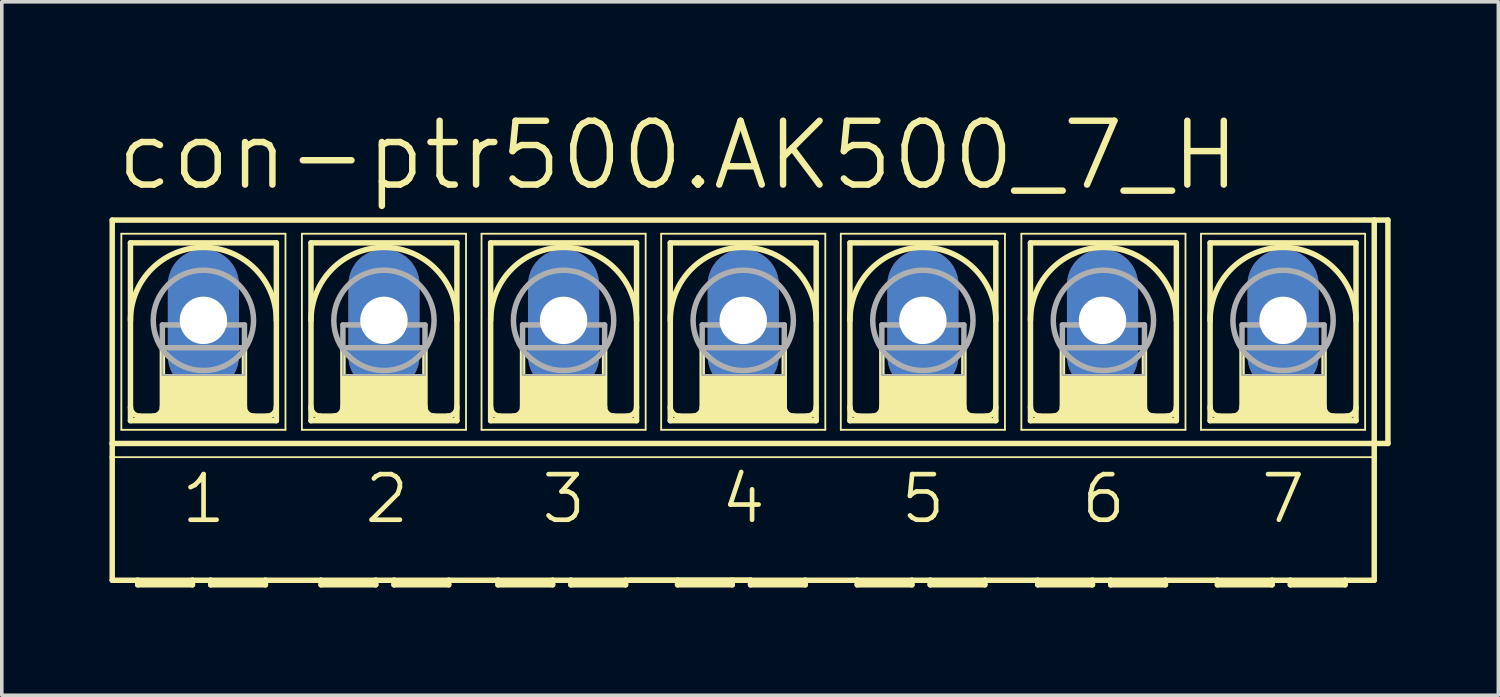
<source format=kicad_pcb>
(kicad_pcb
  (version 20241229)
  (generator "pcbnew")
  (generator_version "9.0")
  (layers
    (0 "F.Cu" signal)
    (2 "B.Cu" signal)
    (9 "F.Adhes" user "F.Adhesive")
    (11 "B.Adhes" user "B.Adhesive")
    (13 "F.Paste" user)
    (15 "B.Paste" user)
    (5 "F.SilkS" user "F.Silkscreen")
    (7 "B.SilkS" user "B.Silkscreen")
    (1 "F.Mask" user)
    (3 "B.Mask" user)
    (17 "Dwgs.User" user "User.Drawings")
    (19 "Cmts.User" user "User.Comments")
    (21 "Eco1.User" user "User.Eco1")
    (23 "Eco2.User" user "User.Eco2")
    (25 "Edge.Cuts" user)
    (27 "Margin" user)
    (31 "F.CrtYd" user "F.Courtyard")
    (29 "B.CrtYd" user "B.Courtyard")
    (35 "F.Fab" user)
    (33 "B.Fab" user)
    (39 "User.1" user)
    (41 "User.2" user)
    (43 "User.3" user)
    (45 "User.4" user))
  (footprint "con-ptr500.AK500_7_H"
    (layer "F.Cu")
    (at 17.653 5.874)
    (property "Reference" "con-ptr500.AK500_7_H" (at -17.551 -3.556 0) (layer "F.SilkS") (effects (font (size 1.778 1.778) (thickness 0.18)) (justify left bottom)))
    (attr through_hole)
    (fp_line (start -17.577 3.429) (end -17.577 -2.794) (stroke (width 0.152) (type default)) (layer "F.SilkS"))
    (fp_line (start -17.577 3.429) (end 17.577 3.429) (stroke (width 0.152) (type default)) (layer "F.SilkS"))
    (fp_line (start -17.577 3.81) (end -17.577 3.429) (stroke (width 0.152) (type default)) (layer "F.SilkS"))
    (fp_line (start -17.577 7.239) (end -17.577 3.81) (stroke (width 0.152) (type default)) (layer "F.SilkS"))
    (fp_line (start -17.577 7.239) (end -16.866 7.239) (stroke (width 0.152) (type default)) (layer "F.SilkS"))
    (fp_line (start -17.323 -2.413) (end -17.323 3.048) (stroke (width 0.051) (type default)) (layer "F.SilkS"))
    (fp_line (start -17.323 -2.413) (end -12.751 -2.413) (stroke (width 0.051) (type default)) (layer "F.SilkS"))
    (fp_line (start -17.069 2.794) (end -17.069 -2.159) (stroke (width 0.152) (type default)) (layer "F.SilkS"))
    (fp_line (start -17.069 2.794) (end -13.005 2.794) (stroke (width 0.152) (type default)) (layer "F.SilkS"))
    (fp_line (start -16.866 7.239) (end -15.342 7.239) (stroke (width 0.152) (type default)) (layer "F.SilkS"))
    (fp_line (start -16.866 7.366) (end -16.866 7.239) (stroke (width 0.152) (type default)) (layer "F.SilkS"))
    (fp_line (start -16.866 7.366) (end -15.342 7.366) (stroke (width 0.152) (type default)) (layer "F.SilkS"))
    (fp_line (start -16.18 0.762) (end -16.18 2.413) (stroke (width 0.152) (type default)) (layer "F.SilkS"))
    (fp_line (start -15.342 7.239) (end -15.342 7.366) (stroke (width 0.152) (type default)) (layer "F.SilkS"))
    (fp_line (start -15.342 7.239) (end -14.834 7.239) (stroke (width 0.152) (type default)) (layer "F.SilkS"))
    (fp_line (start -14.834 7.239) (end -13.31 7.239) (stroke (width 0.152) (type default)) (layer "F.SilkS"))
    (fp_line (start -14.834 7.366) (end -14.834 7.239) (stroke (width 0.152) (type default)) (layer "F.SilkS"))
    (fp_line (start -14.834 7.366) (end -13.31 7.366) (stroke (width 0.152) (type default)) (layer "F.SilkS"))
    (fp_line (start -13.894 0.762) (end -13.894 2.413) (stroke (width 0.152) (type default)) (layer "F.SilkS"))
    (fp_line (start -13.31 7.239) (end -11.76 7.239) (stroke (width 0.152) (type default)) (layer "F.SilkS"))
    (fp_line (start -13.31 7.366) (end -13.31 7.239) (stroke (width 0.152) (type default)) (layer "F.SilkS"))
    (fp_line (start -13.259 2.667) (end -16.815 2.667) (stroke (width 0.152) (type default)) (layer "F.SilkS"))
    (fp_line (start -13.005 -2.159) (end -17.069 -2.159) (stroke (width 0.152) (type default)) (layer "F.SilkS"))
    (fp_line (start -13.005 -2.159) (end -13.005 2.794) (stroke (width 0.152) (type default)) (layer "F.SilkS"))
    (fp_line (start -12.751 -2.413) (end -12.751 3.048) (stroke (width 0.051) (type default)) (layer "F.SilkS"))
    (fp_line (start -12.751 3.048) (end -17.323 3.048) (stroke (width 0.051) (type default)) (layer "F.SilkS"))
    (fp_line (start -12.294 -2.413) (end -12.294 3.048) (stroke (width 0.051) (type default)) (layer "F.SilkS"))
    (fp_line (start -12.294 -2.413) (end -7.722 -2.413) (stroke (width 0.051) (type default)) (layer "F.SilkS"))
    (fp_line (start -12.04 -2.159) (end -12.04 2.794) (stroke (width 0.152) (type default)) (layer "F.SilkS"))
    (fp_line (start -12.04 2.794) (end -7.976 2.794) (stroke (width 0.152) (type default)) (layer "F.SilkS"))
    (fp_line (start -11.76 7.239) (end -10.236 7.239) (stroke (width 0.152) (type default)) (layer "F.SilkS"))
    (fp_line (start -11.76 7.366) (end -11.76 7.239) (stroke (width 0.152) (type default)) (layer "F.SilkS"))
    (fp_line (start -11.76 7.366) (end -10.236 7.366) (stroke (width 0.152) (type default)) (layer "F.SilkS"))
    (fp_line (start -11.151 0.762) (end -11.151 2.413) (stroke (width 0.152) (type default)) (layer "F.SilkS"))
    (fp_line (start -10.236 7.239) (end -10.236 7.366) (stroke (width 0.152) (type default)) (layer "F.SilkS"))
    (fp_line (start -10.236 7.239) (end -9.728 7.239) (stroke (width 0.152) (type default)) (layer "F.SilkS"))
    (fp_line (start -9.728 7.239) (end -8.204 7.239) (stroke (width 0.152) (type default)) (layer "F.SilkS"))
    (fp_line (start -9.728 7.366) (end -9.728 7.239) (stroke (width 0.152) (type default)) (layer "F.SilkS"))
    (fp_line (start -9.728 7.366) (end -8.204 7.366) (stroke (width 0.152) (type default)) (layer "F.SilkS"))
    (fp_line (start -8.865 0.762) (end -8.865 2.413) (stroke (width 0.152) (type default)) (layer "F.SilkS"))
    (fp_line (start -8.23 2.667) (end -11.786 2.667) (stroke (width 0.152) (type default)) (layer "F.SilkS"))
    (fp_line (start -8.204 7.366) (end -8.204 7.239) (stroke (width 0.152) (type default)) (layer "F.SilkS"))
    (fp_line (start -7.976 -2.159) (end -12.04 -2.159) (stroke (width 0.152) (type default)) (layer "F.SilkS"))
    (fp_line (start -7.976 2.794) (end -7.976 -2.159) (stroke (width 0.152) (type default)) (layer "F.SilkS"))
    (fp_line (start -7.722 3.048) (end -12.294 3.048) (stroke (width 0.051) (type default)) (layer "F.SilkS"))
    (fp_line (start -7.722 3.048) (end -7.722 -2.413) (stroke (width 0.051) (type default)) (layer "F.SilkS"))
    (fp_line (start -7.29 -2.413) (end -7.29 3.048) (stroke (width 0.051) (type default)) (layer "F.SilkS"))
    (fp_line (start -7.29 -2.413) (end -2.718 -2.413) (stroke (width 0.051) (type default)) (layer "F.SilkS"))
    (fp_line (start -7.036 2.794) (end -7.036 -2.159) (stroke (width 0.152) (type default)) (layer "F.SilkS"))
    (fp_line (start -7.036 2.794) (end -2.972 2.794) (stroke (width 0.152) (type default)) (layer "F.SilkS"))
    (fp_line (start -6.833 7.239) (end -8.204 7.239) (stroke (width 0.152) (type default)) (layer "F.SilkS"))
    (fp_line (start -6.833 7.239) (end -6.833 7.366) (stroke (width 0.152) (type default)) (layer "F.SilkS"))
    (fp_line (start -6.833 7.239) (end -5.309 7.239) (stroke (width 0.152) (type default)) (layer "F.SilkS"))
    (fp_line (start -6.833 7.366) (end -5.309 7.366) (stroke (width 0.152) (type default)) (layer "F.SilkS"))
    (fp_line (start -6.147 0.762) (end -6.147 2.413) (stroke (width 0.152) (type default)) (layer "F.SilkS"))
    (fp_line (start -5.309 7.239) (end -5.309 7.366) (stroke (width 0.152) (type default)) (layer "F.SilkS"))
    (fp_line (start -5.309 7.239) (end -4.801 7.239) (stroke (width 0.152) (type default)) (layer "F.SilkS"))
    (fp_line (start -4.801 7.239) (end -4.801 7.366) (stroke (width 0.152) (type default)) (layer "F.SilkS"))
    (fp_line (start -4.801 7.239) (end -3.277 7.239) (stroke (width 0.152) (type default)) (layer "F.SilkS"))
    (fp_line (start -4.801 7.366) (end -3.277 7.366) (stroke (width 0.152) (type default)) (layer "F.SilkS"))
    (fp_line (start -3.861 0.762) (end -3.861 2.413) (stroke (width 0.152) (type default)) (layer "F.SilkS"))
    (fp_line (start -3.277 7.366) (end -3.277 7.239) (stroke (width 0.152) (type default)) (layer "F.SilkS"))
    (fp_line (start -3.226 2.667) (end -6.782 2.667) (stroke (width 0.152) (type default)) (layer "F.SilkS"))
    (fp_line (start -2.972 -2.159) (end -7.036 -2.159) (stroke (width 0.152) (type default)) (layer "F.SilkS"))
    (fp_line (start -2.972 -2.159) (end -2.972 2.794) (stroke (width 0.152) (type default)) (layer "F.SilkS"))
    (fp_line (start -2.718 -2.413) (end -2.718 3.048) (stroke (width 0.051) (type default)) (layer "F.SilkS"))
    (fp_line (start -2.718 3.048) (end -7.29 3.048) (stroke (width 0.051) (type default)) (layer "F.SilkS"))
    (fp_line (start -2.286 -2.413) (end -2.286 3.048) (stroke (width 0.051) (type default)) (layer "F.SilkS"))
    (fp_line (start -2.286 -2.413) (end 2.286 -2.413) (stroke (width 0.051) (type default)) (layer "F.SilkS"))
    (fp_line (start -2.032 2.794) (end -2.032 -2.159) (stroke (width 0.152) (type default)) (layer "F.SilkS"))
    (fp_line (start -2.032 2.794) (end 2.032 2.794) (stroke (width 0.152) (type default)) (layer "F.SilkS"))
    (fp_line (start -1.829 7.239) (end -3.175 7.239) (stroke (width 0.152) (type default)) (layer "F.SilkS"))
    (fp_line (start -1.829 7.239) (end -1.829 7.366) (stroke (width 0.152) (type default)) (layer "F.SilkS"))
    (fp_line (start -1.829 7.239) (end -0.305 7.239) (stroke (width 0.152) (type default)) (layer "F.SilkS"))
    (fp_line (start -1.829 7.366) (end -0.305 7.366) (stroke (width 0.152) (type default)) (layer "F.SilkS"))
    (fp_line (start -1.143 0.762) (end -1.143 2.413) (stroke (width 0.152) (type default)) (layer "F.SilkS"))
    (fp_line (start -0.305 7.239) (end -0.305 7.366) (stroke (width 0.152) (type default)) (layer "F.SilkS"))
    (fp_line (start -0.305 7.239) (end 0.203 7.239) (stroke (width 0.152) (type default)) (layer "F.SilkS"))
    (fp_line (start 0.203 7.239) (end -3.277 7.239) (stroke (width 0.152) (type default)) (layer "F.SilkS"))
    (fp_line (start 0.203 7.239) (end 0.203 7.366) (stroke (width 0.152) (type default)) (layer "F.SilkS"))
    (fp_line (start 0.203 7.366) (end 1.727 7.366) (stroke (width 0.152) (type default)) (layer "F.SilkS"))
    (fp_line (start 1.143 0.762) (end 1.143 2.413) (stroke (width 0.152) (type default)) (layer "F.SilkS"))
    (fp_line (start 1.727 7.239) (end 0.203 7.239) (stroke (width 0.152) (type default)) (layer "F.SilkS"))
    (fp_line (start 1.727 7.366) (end 1.727 7.239) (stroke (width 0.152) (type default)) (layer "F.SilkS"))
    (fp_line (start 1.778 2.667) (end -1.778 2.667) (stroke (width 0.152) (type default)) (layer "F.SilkS"))
    (fp_line (start 2.032 -2.159) (end -2.032 -2.159) (stroke (width 0.152) (type default)) (layer "F.SilkS"))
    (fp_line (start 2.032 -2.159) (end 2.032 2.794) (stroke (width 0.152) (type default)) (layer "F.SilkS"))
    (fp_line (start 2.286 -2.413) (end 2.286 3.048) (stroke (width 0.051) (type default)) (layer "F.SilkS"))
    (fp_line (start 2.286 3.048) (end -2.286 3.048) (stroke (width 0.051) (type default)) (layer "F.SilkS"))
    (fp_line (start 2.718 -2.413) (end 2.718 3.048) (stroke (width 0.051) (type default)) (layer "F.SilkS"))
    (fp_line (start 2.718 -2.413) (end 7.29 -2.413) (stroke (width 0.051) (type default)) (layer "F.SilkS"))
    (fp_line (start 2.972 2.794) (end 2.972 -2.159) (stroke (width 0.152) (type default)) (layer "F.SilkS"))
    (fp_line (start 2.972 2.794) (end 7.036 2.794) (stroke (width 0.152) (type default)) (layer "F.SilkS"))
    (fp_line (start 3.175 7.239) (end 1.727 7.239) (stroke (width 0.152) (type default)) (layer "F.SilkS"))
    (fp_line (start 3.175 7.366) (end 3.175 7.239) (stroke (width 0.152) (type default)) (layer "F.SilkS"))
    (fp_line (start 3.175 7.366) (end 4.699 7.366) (stroke (width 0.152) (type default)) (layer "F.SilkS"))
    (fp_line (start 3.861 0.762) (end 3.861 2.413) (stroke (width 0.152) (type default)) (layer "F.SilkS"))
    (fp_line (start 4.699 7.239) (end 3.175 7.239) (stroke (width 0.152) (type default)) (layer "F.SilkS"))
    (fp_line (start 4.699 7.239) (end 4.699 7.366) (stroke (width 0.152) (type default)) (layer "F.SilkS"))
    (fp_line (start 5.207 7.239) (end 4.699 7.239) (stroke (width 0.152) (type default)) (layer "F.SilkS"))
    (fp_line (start 5.207 7.366) (end 5.207 7.239) (stroke (width 0.152) (type default)) (layer "F.SilkS"))
    (fp_line (start 5.207 7.366) (end 6.731 7.366) (stroke (width 0.152) (type default)) (layer "F.SilkS"))
    (fp_line (start 6.147 0.762) (end 6.147 2.413) (stroke (width 0.152) (type default)) (layer "F.SilkS"))
    (fp_line (start 6.731 7.239) (end 5.207 7.239) (stroke (width 0.152) (type default)) (layer "F.SilkS"))
    (fp_line (start 6.731 7.366) (end 6.731 7.239) (stroke (width 0.152) (type default)) (layer "F.SilkS"))
    (fp_line (start 6.782 2.667) (end 3.226 2.667) (stroke (width 0.152) (type default)) (layer "F.SilkS"))
    (fp_line (start 7.036 -2.159) (end 2.972 -2.159) (stroke (width 0.152) (type default)) (layer "F.SilkS"))
    (fp_line (start 7.036 -2.159) (end 7.036 2.794) (stroke (width 0.152) (type default)) (layer "F.SilkS"))
    (fp_line (start 7.29 -2.413) (end 7.29 3.048) (stroke (width 0.051) (type default)) (layer "F.SilkS"))
    (fp_line (start 7.29 3.048) (end 2.718 3.048) (stroke (width 0.051) (type default)) (layer "F.SilkS"))
    (fp_line (start 7.747 -2.413) (end 7.747 3.048) (stroke (width 0.051) (type default)) (layer "F.SilkS"))
    (fp_line (start 7.747 -2.413) (end 12.319 -2.413) (stroke (width 0.051) (type default)) (layer "F.SilkS"))
    (fp_line (start 8.001 2.794) (end 8.001 -2.159) (stroke (width 0.152) (type default)) (layer "F.SilkS"))
    (fp_line (start 8.001 2.794) (end 12.065 2.794) (stroke (width 0.152) (type default)) (layer "F.SilkS"))
    (fp_line (start 8.204 7.239) (end 6.731 7.239) (stroke (width 0.152) (type default)) (layer "F.SilkS"))
    (fp_line (start 8.204 7.366) (end 8.204 7.239) (stroke (width 0.152) (type default)) (layer "F.SilkS"))
    (fp_line (start 8.204 7.366) (end 9.728 7.366) (stroke (width 0.152) (type default)) (layer "F.SilkS"))
    (fp_line (start 8.89 0.762) (end 8.89 2.413) (stroke (width 0.152) (type default)) (layer "F.SilkS"))
    (fp_line (start 9.728 7.239) (end 8.204 7.239) (stroke (width 0.152) (type default)) (layer "F.SilkS"))
    (fp_line (start 9.728 7.239) (end 9.728 7.366) (stroke (width 0.152) (type default)) (layer "F.SilkS"))
    (fp_line (start 10.236 7.239) (end 9.728 7.239) (stroke (width 0.152) (type default)) (layer "F.SilkS"))
    (fp_line (start 10.236 7.239) (end 11.76 7.239) (stroke (width 0.152) (type default)) (layer "F.SilkS"))
    (fp_line (start 10.236 7.366) (end 10.236 7.239) (stroke (width 0.152) (type default)) (layer "F.SilkS"))
    (fp_line (start 10.236 7.366) (end 11.76 7.366) (stroke (width 0.152) (type default)) (layer "F.SilkS"))
    (fp_line (start 11.176 0.762) (end 11.176 2.413) (stroke (width 0.152) (type default)) (layer "F.SilkS"))
    (fp_line (start 11.76 7.239) (end 13.208 7.239) (stroke (width 0.152) (type default)) (layer "F.SilkS"))
    (fp_line (start 11.76 7.366) (end 11.76 7.239) (stroke (width 0.152) (type default)) (layer "F.SilkS"))
    (fp_line (start 11.811 2.667) (end 8.255 2.667) (stroke (width 0.152) (type default)) (layer "F.SilkS"))
    (fp_line (start 12.065 -2.159) (end 8.001 -2.159) (stroke (width 0.152) (type default)) (layer "F.SilkS"))
    (fp_line (start 12.065 -2.159) (end 12.065 2.794) (stroke (width 0.152) (type default)) (layer "F.SilkS"))
    (fp_line (start 12.319 -2.413) (end 12.319 3.048) (stroke (width 0.051) (type default)) (layer "F.SilkS"))
    (fp_line (start 12.319 3.048) (end 7.747 3.048) (stroke (width 0.051) (type default)) (layer "F.SilkS"))
    (fp_line (start 12.751 -2.413) (end 12.751 3.048) (stroke (width 0.051) (type default)) (layer "F.SilkS"))
    (fp_line (start 12.751 -2.413) (end 17.323 -2.413) (stroke (width 0.051) (type default)) (layer "F.SilkS"))
    (fp_line (start 13.005 2.794) (end 13.005 -2.159) (stroke (width 0.152) (type default)) (layer "F.SilkS"))
    (fp_line (start 13.005 2.794) (end 17.069 2.794) (stroke (width 0.152) (type default)) (layer "F.SilkS"))
    (fp_line (start 13.208 7.366) (end 13.208 7.239) (stroke (width 0.152) (type default)) (layer "F.SilkS"))
    (fp_line (start 13.208 7.366) (end 14.732 7.366) (stroke (width 0.152) (type default)) (layer "F.SilkS"))
    (fp_line (start 13.894 0.762) (end 13.894 2.413) (stroke (width 0.152) (type default)) (layer "F.SilkS"))
    (fp_line (start 14.732 7.239) (end 13.208 7.239) (stroke (width 0.152) (type default)) (layer "F.SilkS"))
    (fp_line (start 14.732 7.239) (end 14.732 7.366) (stroke (width 0.152) (type default)) (layer "F.SilkS"))
    (fp_line (start 15.24 7.239) (end 14.732 7.239) (stroke (width 0.152) (type default)) (layer "F.SilkS"))
    (fp_line (start 15.24 7.239) (end 16.764 7.239) (stroke (width 0.152) (type default)) (layer "F.SilkS"))
    (fp_line (start 15.24 7.366) (end 15.24 7.239) (stroke (width 0.152) (type default)) (layer "F.SilkS"))
    (fp_line (start 15.24 7.366) (end 16.764 7.366) (stroke (width 0.152) (type default)) (layer "F.SilkS"))
    (fp_line (start 16.18 0.762) (end 16.18 2.413) (stroke (width 0.152) (type default)) (layer "F.SilkS"))
    (fp_line (start 16.764 7.239) (end 17.577 7.239) (stroke (width 0.152) (type default)) (layer "F.SilkS"))
    (fp_line (start 16.764 7.366) (end 16.764 7.239) (stroke (width 0.152) (type default)) (layer "F.SilkS"))
    (fp_line (start 16.815 2.667) (end 13.259 2.667) (stroke (width 0.152) (type default)) (layer "F.SilkS"))
    (fp_line (start 17.069 -2.159) (end 13.005 -2.159) (stroke (width 0.152) (type default)) (layer "F.SilkS"))
    (fp_line (start 17.069 -2.159) (end 17.069 2.794) (stroke (width 0.152) (type default)) (layer "F.SilkS"))
    (fp_line (start 17.323 -2.413) (end 17.323 3.048) (stroke (width 0.051) (type default)) (layer "F.SilkS"))
    (fp_line (start 17.323 3.048) (end 12.751 3.048) (stroke (width 0.051) (type default)) (layer "F.SilkS"))
    (fp_line (start 17.577 -2.794) (end -17.577 -2.794) (stroke (width 0.152) (type default)) (layer "F.SilkS"))
    (fp_line (start 17.577 -2.794) (end 17.577 3.429) (stroke (width 0.152) (type default)) (layer "F.SilkS"))
    (fp_line (start 17.577 3.429) (end 17.577 3.81) (stroke (width 0.152) (type default)) (layer "F.SilkS"))
    (fp_line (start 17.577 3.81) (end -17.577 3.81) (stroke (width 0.051) (type default)) (layer "F.SilkS"))
    (fp_line (start 17.577 3.81) (end 17.577 7.239) (stroke (width 0.152) (type default)) (layer "F.SilkS"))
    (fp_line (start 17.958 -2.794) (end 17.577 -2.794) (stroke (width 0.152) (type default)) (layer "F.SilkS"))
    (fp_line (start 17.958 -2.794) (end 17.958 3.429) (stroke (width 0.152) (type default)) (layer "F.SilkS"))
    (fp_line (start 17.958 3.429) (end 17.577 3.429) (stroke (width 0.152) (type default)) (layer "F.SilkS"))
    (fp_rect (start -16.18 2.667) (end -13.894 1.524) (stroke (width 0.05) (type default)) (fill yes) (layer "F.SilkS"))
    (fp_rect (start -11.151 2.667) (end -8.865 1.524) (stroke (width 0.05) (type default)) (fill yes) (layer "F.SilkS"))
    (fp_rect (start -6.147 2.667) (end -3.861 1.524) (stroke (width 0.05) (type default)) (fill yes) (layer "F.SilkS"))
    (fp_rect (start -1.143 2.667) (end 1.143 1.524) (stroke (width 0.05) (type default)) (fill yes) (layer "F.SilkS"))
    (fp_rect (start 3.861 2.667) (end 6.147 1.524) (stroke (width 0.05) (type default)) (fill yes) (layer "F.SilkS"))
    (fp_rect (start 8.89 2.667) (end 11.176 1.524) (stroke (width 0.05) (type default)) (fill yes) (layer "F.SilkS"))
    (fp_rect (start 13.894 2.667) (end 16.18 1.524) (stroke (width 0.05) (type default)) (fill yes) (layer "F.SilkS"))
    (fp_arc (start -17.0688 0) (mid -15.0368 -2.032) (end -13.0048 0) (stroke (width 0.1524) (type default)) (layer "F.SilkS"))
    (fp_arc (start -16.8148 2.667) (mid -16.994405 2.592605) (end -17.0688 2.413) (stroke (width 0.1524) (type default)) (layer "F.SilkS"))
    (fp_arc (start -16.1798 2.413) (mid -16.254195 2.592605) (end -16.4338 2.667) (stroke (width 0.1524) (type default)) (layer "F.SilkS"))
    (fp_arc (start -13.6398 2.667) (mid -13.819405 2.592605) (end -13.8938 2.413) (stroke (width 0.1524) (type default)) (layer "F.SilkS"))
    (fp_arc (start -13.0048 2.413) (mid -13.079195 2.592605) (end -13.2588 2.667) (stroke (width 0.1524) (type default)) (layer "F.SilkS"))
    (fp_arc (start -12.0396 0) (mid -10.0076 -2.032) (end -7.9756 0) (stroke (width 0.1524) (type default)) (layer "F.SilkS"))
    (fp_arc (start -11.7856 2.667) (mid -11.965205 2.592605) (end -12.0396 2.413) (stroke (width 0.1524) (type default)) (layer "F.SilkS"))
    (fp_arc (start -11.1506 2.413) (mid -11.224995 2.592605) (end -11.4046 2.667) (stroke (width 0.1524) (type default)) (layer "F.SilkS"))
    (fp_arc (start -8.6106 2.667) (mid -8.790205 2.592605) (end -8.8646 2.413) (stroke (width 0.1524) (type default)) (layer "F.SilkS"))
    (fp_arc (start -7.9756 2.413) (mid -8.049995 2.592605) (end -8.2296 2.667) (stroke (width 0.1524) (type default)) (layer "F.SilkS"))
    (fp_arc (start -7.0358 0) (mid -5.0038 -2.032) (end -2.9718 0) (stroke (width 0.1524) (type default)) (layer "F.SilkS"))
    (fp_arc (start -6.7818 2.667) (mid -6.961405 2.592605) (end -7.0358 2.413) (stroke (width 0.1524) (type default)) (layer "F.SilkS"))
    (fp_arc (start -6.1468 2.413) (mid -6.221195 2.592605) (end -6.4008 2.667) (stroke (width 0.1524) (type default)) (layer "F.SilkS"))
    (fp_arc (start -3.6068 2.667) (mid -3.786405 2.592605) (end -3.8608 2.413) (stroke (width 0.1524) (type default)) (layer "F.SilkS"))
    (fp_arc (start -2.9718 2.413) (mid -3.046195 2.592605) (end -3.2258 2.667) (stroke (width 0.1524) (type default)) (layer "F.SilkS"))
    (fp_arc (start -2.032 0) (mid 0 -2.032) (end 2.032 0) (stroke (width 0.1524) (type default)) (layer "F.SilkS"))
    (fp_arc (start -1.778 2.667) (mid -1.957605 2.592605) (end -2.032 2.413) (stroke (width 0.1524) (type default)) (layer "F.SilkS"))
    (fp_arc (start -1.143 2.413) (mid -1.217395 2.592605) (end -1.397 2.667) (stroke (width 0.1524) (type default)) (layer "F.SilkS"))
    (fp_arc (start 1.397 2.667) (mid 1.217395 2.592605) (end 1.143 2.413) (stroke (width 0.1524) (type default)) (layer "F.SilkS"))
    (fp_arc (start 2.032 2.413) (mid 1.957605 2.592605) (end 1.778 2.667) (stroke (width 0.1524) (type default)) (layer "F.SilkS"))
    (fp_arc (start 2.9718 0) (mid 5.0038 -2.032) (end 7.0358 0) (stroke (width 0.1524) (type default)) (layer "F.SilkS"))
    (fp_arc (start 3.2258 2.667) (mid 3.046195 2.592605) (end 2.9718 2.413) (stroke (width 0.1524) (type default)) (layer "F.SilkS"))
    (fp_arc (start 3.8608 2.413) (mid 3.786405 2.592605) (end 3.6068 2.667) (stroke (width 0.1524) (type default)) (layer "F.SilkS"))
    (fp_arc (start 6.4008 2.667) (mid 6.221195 2.592605) (end 6.1468 2.413) (stroke (width 0.1524) (type default)) (layer "F.SilkS"))
    (fp_arc (start 7.0358 2.413) (mid 6.961405 2.592605) (end 6.7818 2.667) (stroke (width 0.1524) (type default)) (layer "F.SilkS"))
    (fp_arc (start 8.001 0) (mid 10.033 -2.032) (end 12.065 0) (stroke (width 0.1524) (type default)) (layer "F.SilkS"))
    (fp_arc (start 8.255 2.667) (mid 8.075395 2.592605) (end 8.001 2.413) (stroke (width 0.1524) (type default)) (layer "F.SilkS"))
    (fp_arc (start 8.89 2.413) (mid 8.815605 2.592605) (end 8.636 2.667) (stroke (width 0.1524) (type default)) (layer "F.SilkS"))
    (fp_arc (start 11.43 2.667) (mid 11.250395 2.592605) (end 11.176 2.413) (stroke (width 0.1524) (type default)) (layer "F.SilkS"))
    (fp_arc (start 12.065 2.413) (mid 11.990605 2.592605) (end 11.811 2.667) (stroke (width 0.1524) (type default)) (layer "F.SilkS"))
    (fp_arc (start 13.0048 0) (mid 15.0368 -2.032) (end 17.0688 0) (stroke (width 0.1524) (type default)) (layer "F.SilkS"))
    (fp_arc (start 13.2588 2.667) (mid 13.079195 2.592605) (end 13.0048 2.413) (stroke (width 0.1524) (type default)) (layer "F.SilkS"))
    (fp_arc (start 13.8938 2.413) (mid 13.819405 2.592605) (end 13.6398 2.667) (stroke (width 0.1524) (type default)) (layer "F.SilkS"))
    (fp_arc (start 16.4338 2.667) (mid 16.254195 2.592605) (end 16.1798 2.413) (stroke (width 0.1524) (type default)) (layer "F.SilkS"))
    (fp_arc (start 17.0688 2.413) (mid 16.994405 2.592605) (end 16.8148 2.667) (stroke (width 0.1524) (type default)) (layer "F.SilkS"))
    (fp_line (start -16.18 0.127) (end -16.18 0.762) (stroke (width 0.152) (type default)) (layer "F.Fab"))
    (fp_line (start -16.18 0.127) (end -13.894 0.127) (stroke (width 0.152) (type default)) (layer "F.Fab"))
    (fp_line (start -16.18 0.762) (end -13.894 0.762) (stroke (width 0.152) (type default)) (layer "F.Fab"))
    (fp_line (start -13.894 0.127) (end -13.894 0.762) (stroke (width 0.152) (type default)) (layer "F.Fab"))
    (fp_line (start -11.151 0.127) (end -11.151 0.762) (stroke (width 0.152) (type default)) (layer "F.Fab"))
    (fp_line (start -11.151 0.127) (end -8.865 0.127) (stroke (width 0.152) (type default)) (layer "F.Fab"))
    (fp_line (start -11.151 0.762) (end -8.865 0.762) (stroke (width 0.152) (type default)) (layer "F.Fab"))
    (fp_line (start -8.865 0.127) (end -8.865 0.762) (stroke (width 0.152) (type default)) (layer "F.Fab"))
    (fp_line (start -6.147 0.127) (end -6.147 0.762) (stroke (width 0.152) (type default)) (layer "F.Fab"))
    (fp_line (start -6.147 0.127) (end -3.861 0.127) (stroke (width 0.152) (type default)) (layer "F.Fab"))
    (fp_line (start -6.147 0.762) (end -3.861 0.762) (stroke (width 0.152) (type default)) (layer "F.Fab"))
    (fp_line (start -3.861 0.127) (end -3.861 0.762) (stroke (width 0.152) (type default)) (layer "F.Fab"))
    (fp_line (start -1.143 0.127) (end -1.143 0.762) (stroke (width 0.152) (type default)) (layer "F.Fab"))
    (fp_line (start -1.143 0.127) (end 1.143 0.127) (stroke (width 0.152) (type default)) (layer "F.Fab"))
    (fp_line (start -1.143 0.762) (end 1.143 0.762) (stroke (width 0.152) (type default)) (layer "F.Fab"))
    (fp_line (start 1.143 0.127) (end 1.143 0.762) (stroke (width 0.152) (type default)) (layer "F.Fab"))
    (fp_line (start 3.861 0.127) (end 3.861 0.762) (stroke (width 0.152) (type default)) (layer "F.Fab"))
    (fp_line (start 3.861 0.127) (end 6.147 0.127) (stroke (width 0.152) (type default)) (layer "F.Fab"))
    (fp_line (start 3.861 0.762) (end 6.147 0.762) (stroke (width 0.152) (type default)) (layer "F.Fab"))
    (fp_line (start 6.147 0.127) (end 6.147 0.762) (stroke (width 0.152) (type default)) (layer "F.Fab"))
    (fp_line (start 8.89 0.127) (end 8.89 0.762) (stroke (width 0.152) (type default)) (layer "F.Fab"))
    (fp_line (start 8.89 0.127) (end 11.176 0.127) (stroke (width 0.152) (type default)) (layer "F.Fab"))
    (fp_line (start 8.89 0.762) (end 11.176 0.762) (stroke (width 0.152) (type default)) (layer "F.Fab"))
    (fp_line (start 11.176 0.127) (end 11.176 0.762) (stroke (width 0.152) (type default)) (layer "F.Fab"))
    (fp_line (start 13.894 0.127) (end 13.894 0.762) (stroke (width 0.152) (type default)) (layer "F.Fab"))
    (fp_line (start 13.894 0.127) (end 16.18 0.127) (stroke (width 0.152) (type default)) (layer "F.Fab"))
    (fp_line (start 13.894 0.762) (end 16.18 0.762) (stroke (width 0.152) (type default)) (layer "F.Fab"))
    (fp_line (start 16.18 0.127) (end 16.18 0.762) (stroke (width 0.152) (type default)) (layer "F.Fab"))
    (fp_rect (start -16.18 1.524) (end -13.894 0.762) (stroke (width 0.05) (type default)) (fill no) (layer "F.Fab"))
    (fp_rect (start -11.151 1.524) (end -8.865 0.762) (stroke (width 0.05) (type default)) (fill no) (layer "F.Fab"))
    (fp_rect (start -6.147 1.524) (end -3.861 0.762) (stroke (width 0.05) (type default)) (fill no) (layer "F.Fab"))
    (fp_rect (start -1.143 1.524) (end 1.143 0.762) (stroke (width 0.05) (type default)) (fill no) (layer "F.Fab"))
    (fp_rect (start 3.861 1.524) (end 6.147 0.762) (stroke (width 0.05) (type default)) (fill no) (layer "F.Fab"))
    (fp_rect (start 8.89 1.524) (end 11.176 0.762) (stroke (width 0.05) (type default)) (fill no) (layer "F.Fab"))
    (fp_rect (start 13.894 1.524) (end 16.18 0.762) (stroke (width 0.05) (type default)) (fill no) (layer "F.Fab"))
    (fp_circle (center -15.037 0) (end -13.64 0) (stroke (width 0.152) (type default)) (fill no) (layer "F.Fab"))
    (fp_circle (center -10.008 0) (end -8.611 0) (stroke (width 0.152) (type default)) (fill no) (layer "F.Fab"))
    (fp_circle (center -5.004 0) (end -3.607 0) (stroke (width 0.152) (type default)) (fill no) (layer "F.Fab"))
    (fp_circle (center 0 0) (end 1.397 0) (stroke (width 0.152) (type default)) (fill no) (layer "F.Fab"))
    (fp_circle (center 5.004 0) (end 6.401 0) (stroke (width 0.152) (type default)) (fill no) (layer "F.Fab"))
    (fp_circle (center 10.033 0) (end 11.43 0) (stroke (width 0.152) (type default)) (fill no) (layer "F.Fab"))
    (fp_circle (center 15.037 0) (end 16.434 0) (stroke (width 0.152) (type default)) (fill no) (layer "F.Fab"))
    (fp_text user "2" (at -10.617 5.715 0) (layer "F.SilkS") (effects (font (size 1.27 1.27) (thickness 0.13)) (justify left bottom)))
    (fp_text user "5" (at 4.318 5.715 0) (layer "F.SilkS") (effects (font (size 1.27 1.27) (thickness 0.13)) (justify left bottom)))
    (fp_text user "6" (at 9.347 5.715 0) (layer "F.SilkS") (effects (font (size 1.27 1.27) (thickness 0.13)) (justify left bottom)))
    (fp_text user "1" (at -15.723 5.715 0) (layer "F.SilkS") (effects (font (size 1.27 1.27) (thickness 0.13)) (justify left bottom)))
    (fp_text user "3" (at -5.69 5.715 0) (layer "F.SilkS") (effects (font (size 1.27 1.27) (thickness 0.13)) (justify left bottom)))
    (fp_text user "7" (at 14.351 5.715 0) (layer "F.SilkS") (effects (font (size 1.27 1.27) (thickness 0.13)) (justify left bottom)))
    (fp_text user "4" (at -0.686 5.715 0) (layer "F.SilkS") (effects (font (size 1.27 1.27) (thickness 0.13)) (justify left bottom)))
    (pad "1" thru_hole oval (at -15.037 0 90) (size 3.962 1.981) (drill 1.321) (layers "*.Cu" "*.Mask"))
    (pad "2" thru_hole oval (at -10.008 0 90) (size 3.962 1.981) (drill 1.321) (layers "*.Cu" "*.Mask"))
    (pad "3" thru_hole oval (at -5.004 0 90) (size 3.962 1.981) (drill 1.321) (layers "*.Cu" "*.Mask"))
    (pad "4" thru_hole oval (at 0 0 90) (size 3.962 1.981) (drill 1.321) (layers "*.Cu" "*.Mask"))
    (pad "5" thru_hole oval (at 5.004 0 90) (size 3.962 1.981) (drill 1.321) (layers "*.Cu" "*.Mask"))
    (pad "6" thru_hole oval (at 10.008 0 90) (size 3.962 1.981) (drill 1.321) (layers "*.Cu" "*.Mask"))
    (pad "7" thru_hole oval (at 15.037 0 90) (size 3.962 1.981) (drill 1.321) (layers "*.Cu" "*.Mask")))
  (gr_rect
    (start -3 -3)
    (end 38.687 16.316)
    (stroke (width 0.1) (type default))
    (fill no)
    (layer "Edge.Cuts")))
</source>
